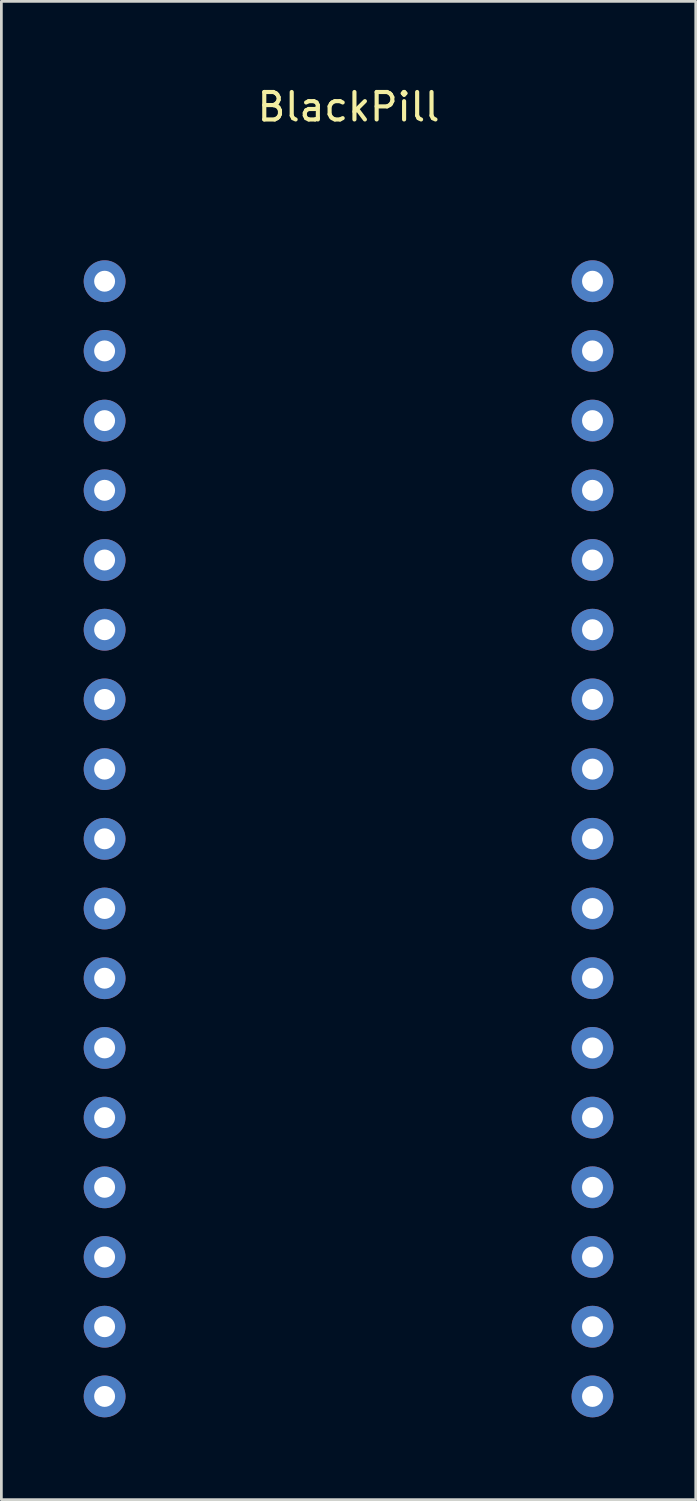
<source format=kicad_pcb>
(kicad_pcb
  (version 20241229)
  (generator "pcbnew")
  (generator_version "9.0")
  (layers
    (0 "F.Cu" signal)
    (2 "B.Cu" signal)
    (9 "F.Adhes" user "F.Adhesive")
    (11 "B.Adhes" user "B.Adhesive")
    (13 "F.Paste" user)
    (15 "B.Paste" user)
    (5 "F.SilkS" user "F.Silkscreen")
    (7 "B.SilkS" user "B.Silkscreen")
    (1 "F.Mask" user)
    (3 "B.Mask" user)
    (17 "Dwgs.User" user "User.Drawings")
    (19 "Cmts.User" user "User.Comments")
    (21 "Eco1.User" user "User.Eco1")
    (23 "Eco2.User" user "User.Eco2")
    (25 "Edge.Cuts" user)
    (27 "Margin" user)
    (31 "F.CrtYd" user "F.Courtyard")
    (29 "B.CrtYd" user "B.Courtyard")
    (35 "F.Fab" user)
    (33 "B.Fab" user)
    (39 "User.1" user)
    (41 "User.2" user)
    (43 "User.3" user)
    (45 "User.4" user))
  (footprint "BlackPill"
    (layer "F.Cu")
    (at 0.762 7.198)
    (property "Reference" "BlackPill" (at 8.89 -6.35 0) (layer "F.SilkS") (effects (font (size 1 1) (thickness 0.15))))
    (attr through_hole)
    (pad "1" thru_hole circle (at 0 0) (size 1.524 1.524) (drill 0.762) (layers "*.Cu" "*.Mask"))
    (pad "2" thru_hole circle (at 0 2.54) (size 1.524 1.524) (drill 0.762) (layers "*.Cu" "*.Mask"))
    (pad "3" thru_hole circle (at 0 5.08) (size 1.524 1.524) (drill 0.762) (layers "*.Cu" "*.Mask"))
    (pad "4" thru_hole circle (at 0 7.62) (size 1.524 1.524) (drill 0.762) (layers "*.Cu" "*.Mask"))
    (pad "5" thru_hole circle (at 0 10.16) (size 1.524 1.524) (drill 0.762) (layers "*.Cu" "*.Mask"))
    (pad "6" thru_hole circle (at 0 12.7) (size 1.524 1.524) (drill 0.762) (layers "*.Cu" "*.Mask"))
    (pad "7" thru_hole circle (at 0 15.24) (size 1.524 1.524) (drill 0.762) (layers "*.Cu" "*.Mask"))
    (pad "8" thru_hole circle (at 0 17.78) (size 1.524 1.524) (drill 0.762) (layers "*.Cu" "*.Mask"))
    (pad "9" thru_hole circle (at 0 20.32) (size 1.524 1.524) (drill 0.762) (layers "*.Cu" "*.Mask"))
    (pad "10" thru_hole circle (at 0 22.86) (size 1.524 1.524) (drill 0.762) (layers "*.Cu" "*.Mask"))
    (pad "11" thru_hole circle (at 0 25.4) (size 1.524 1.524) (drill 0.762) (layers "*.Cu" "*.Mask"))
    (pad "12" thru_hole circle (at 0 27.94) (size 1.524 1.524) (drill 0.762) (layers "*.Cu" "*.Mask"))
    (pad "13" thru_hole circle (at 0 30.48) (size 1.524 1.524) (drill 0.762) (layers "*.Cu" "*.Mask"))
    (pad "14" thru_hole circle (at 0 33.02) (size 1.524 1.524) (drill 0.762) (layers "*.Cu" "*.Mask"))
    (pad "15" thru_hole circle (at 0 35.56) (size 1.524 1.524) (drill 0.762) (layers "*.Cu" "*.Mask"))
    (pad "16" thru_hole circle (at 0 38.1) (size 1.524 1.524) (drill 0.762) (layers "*.Cu" "*.Mask"))
    (pad "17" thru_hole circle (at 0 40.64) (size 1.524 1.524) (drill 0.762) (layers "*.Cu" "*.Mask"))
    (pad "18" thru_hole circle (at 17.78 40.64) (size 1.524 1.524) (drill 0.762) (layers "*.Cu" "*.Mask"))
    (pad "19" thru_hole circle (at 17.78 38.1) (size 1.524 1.524) (drill 0.762) (layers "*.Cu" "*.Mask"))
    (pad "20" thru_hole circle (at 17.78 35.56) (size 1.524 1.524) (drill 0.762) (layers "*.Cu" "*.Mask"))
    (pad "21" thru_hole circle (at 17.78 33.02) (size 1.524 1.524) (drill 0.762) (layers "*.Cu" "*.Mask"))
    (pad "22" thru_hole circle (at 17.78 30.48) (size 1.524 1.524) (drill 0.762) (layers "*.Cu" "*.Mask"))
    (pad "23" thru_hole circle (at 17.78 27.94) (size 1.524 1.524) (drill 0.762) (layers "*.Cu" "*.Mask"))
    (pad "24" thru_hole circle (at 17.78 25.4) (size 1.524 1.524) (drill 0.762) (layers "*.Cu" "*.Mask"))
    (pad "25" thru_hole circle (at 17.78 22.86) (size 1.524 1.524) (drill 0.762) (layers "*.Cu" "*.Mask"))
    (pad "26" thru_hole circle (at 17.78 20.32) (size 1.524 1.524) (drill 0.762) (layers "*.Cu" "*.Mask"))
    (pad "27" thru_hole circle (at 17.78 17.78) (size 1.524 1.524) (drill 0.762) (layers "*.Cu" "*.Mask"))
    (pad "28" thru_hole circle (at 17.78 15.24) (size 1.524 1.524) (drill 0.762) (layers "*.Cu" "*.Mask"))
    (pad "29" thru_hole circle (at 17.78 12.7) (size 1.524 1.524) (drill 0.762) (layers "*.Cu" "*.Mask"))
    (pad "30" thru_hole circle (at 17.78 10.16) (size 1.524 1.524) (drill 0.762) (layers "*.Cu" "*.Mask"))
    (pad "31" thru_hole circle (at 17.78 7.62) (size 1.524 1.524) (drill 0.762) (layers "*.Cu" "*.Mask"))
    (pad "32" thru_hole circle (at 17.78 5.08) (size 1.524 1.524) (drill 0.762) (layers "*.Cu" "*.Mask"))
    (pad "33" thru_hole circle (at 17.78 2.54) (size 1.524 1.524) (drill 0.762) (layers "*.Cu" "*.Mask"))
    (pad "34" thru_hole circle (at 17.78 0) (size 1.524 1.524) (drill 0.762) (layers "*.Cu" "*.Mask")))
  (gr_rect
    (start -3 -3)
    (end 22.304 51.6)
    (stroke (width 0.1) (type default))
    (fill no)
    (layer "Edge.Cuts")))
</source>
